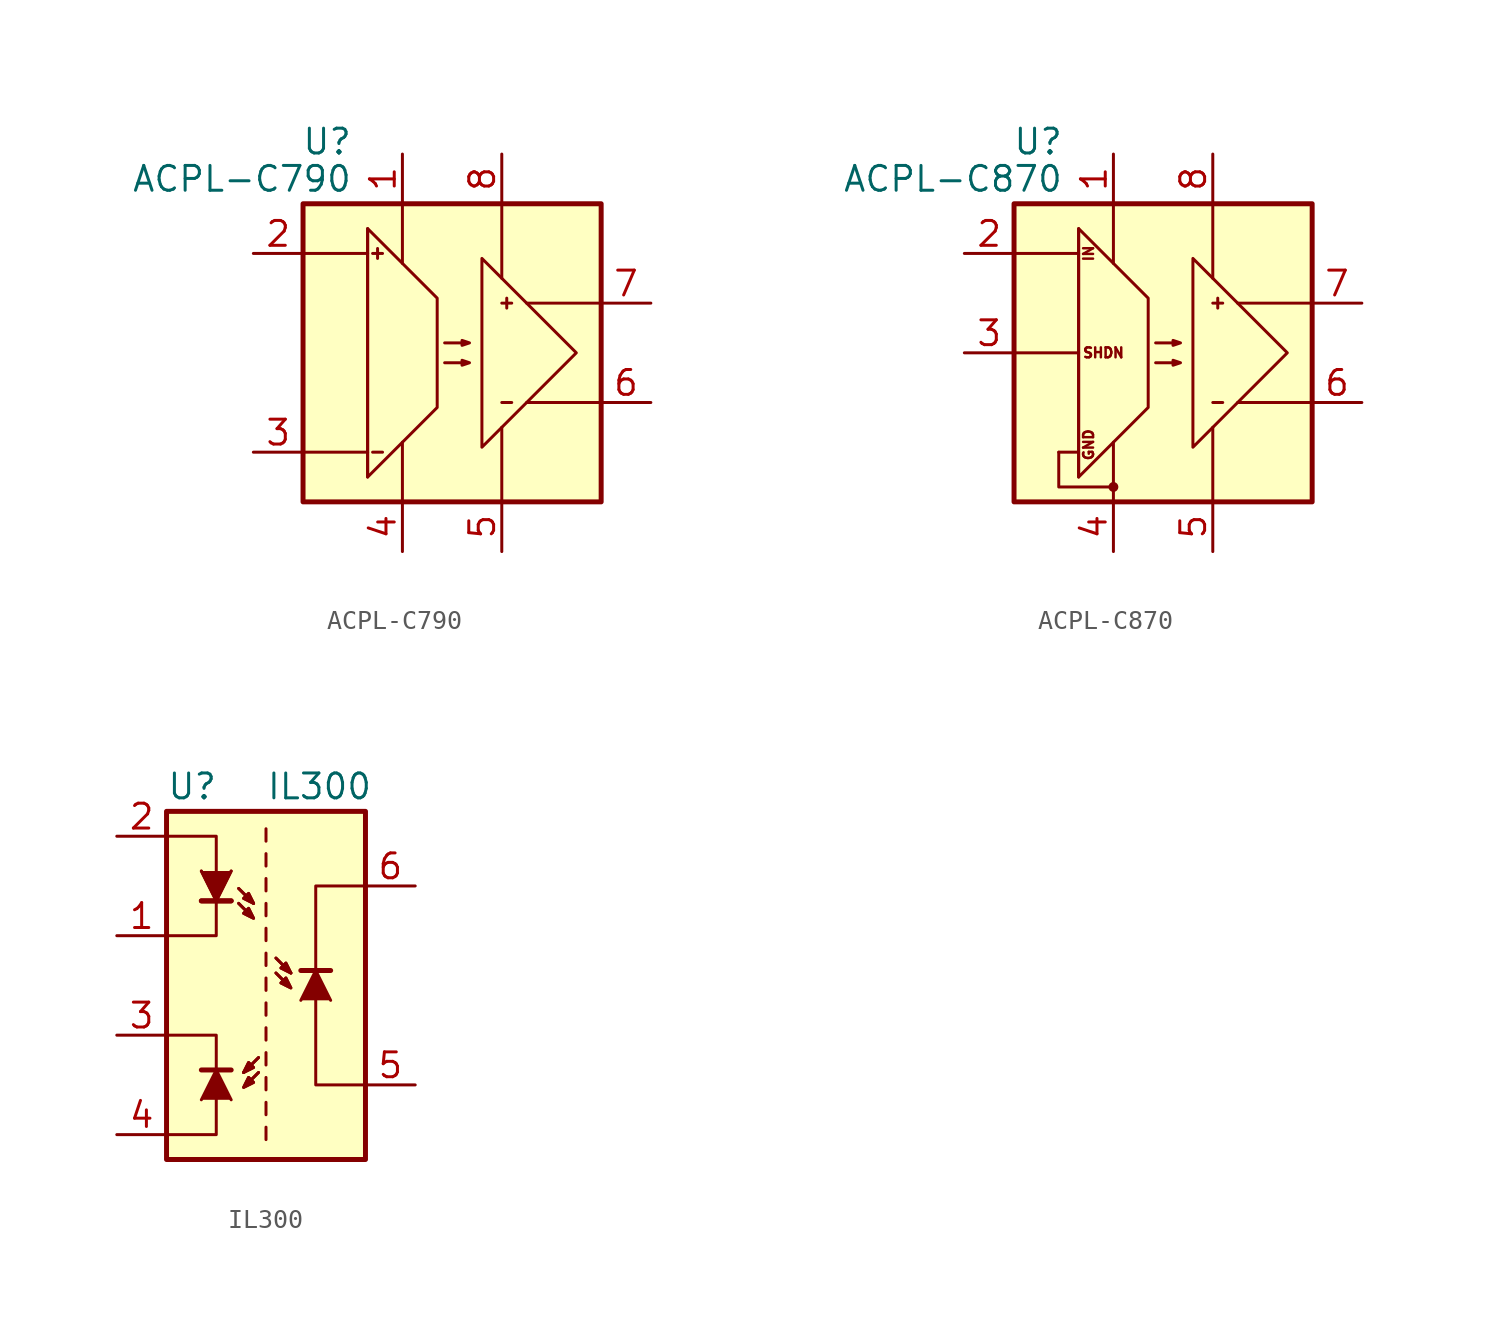
<source format=kicad_sym>
(kicad_symbol_lib
  (version 20201005)
  (generator kicad_symbol_editor)
  (symbol "Isolator_Analog:ACPL-C790"
    (pin_names
      (offset 0) hide)
    (property "Reference" "U"
      (at -5.08 10.795 0)
      (effects (font (size 1.27 1.27)) (justify right)))
    (property "Value" "ACPL-C790"
      (at -5.08 8.89 0)
      (effects (font (size 1.27 1.27)) (justify right)))
    (symbol "ACPL-C790_0_1"
      (rectangle (start -7.62 7.62) (end 7.62 -7.62) (stroke (width 0.254)) (fill (type background)))
      (polyline (pts (xy -7.62 -5.08) (xy -4.318 -5.08)) (stroke (width 0)) (fill (type none)))
      (polyline (pts (xy -7.62 5.08) (xy -4.318 5.08)) (stroke (width 0)) (fill (type none)))
      (polyline (pts (xy -4.318 6.35) (xy -4.318 -6.35)) (stroke (width 0)) (fill (type none)))
      (polyline (pts (xy -4.064 -5.08) (xy -3.556 -5.08)) (stroke (width 0)) (fill (type none)))
      (polyline (pts (xy -4.064 5.08) (xy -3.556 5.08)) (stroke (width 0)) (fill (type none)))
      (polyline (pts (xy -3.81 5.334) (xy -3.81 4.826)) (stroke (width 0)) (fill (type none)))
      (polyline (pts (xy -2.54 -7.62) (xy -2.54 -4.572)) (stroke (width 0)) (fill (type none)))
      (polyline (pts (xy -2.54 7.62) (xy -2.54 4.572)) (stroke (width 0)) (fill (type none)))
      (polyline (pts (xy 2.54 -7.62) (xy 2.54 -3.81)) (stroke (width 0)) (fill (type none)))
      (polyline (pts (xy 2.54 7.62) (xy 2.54 3.81)) (stroke (width 0)) (fill (type none)))
      (polyline (pts (xy 2.794 2.794) (xy 2.794 2.286)) (stroke (width 0)) (fill (type none)))
      (polyline (pts (xy 3.048 -2.54) (xy 2.54 -2.54)) (stroke (width 0)) (fill (type none)))
      (polyline (pts (xy 3.048 2.54) (xy 2.54 2.54)) (stroke (width 0)) (fill (type none)))
      (polyline (pts (xy 7.62 -2.54) (xy 3.81 -2.54)) (stroke (width 0)) (fill (type none)))
      (polyline (pts (xy 7.62 2.54) (xy 3.81 2.54)) (stroke (width 0)) (fill (type none)))
      (polyline (pts (xy 6.35 0) (xy 1.524 -4.826) (xy 1.524 4.826) (xy 6.35 0)) (stroke (width 0)) (fill (type none)))
      (polyline (pts (xy -4.318 -6.35) (xy -0.762 -2.794) (xy -0.762 2.794) (xy -4.318 6.35) (xy -4.318 -6.35)) (stroke (width 0)) (fill (type none)))
      (polyline (pts (xy -0.381 -0.508) (xy 0.889 -0.508) (xy 0.508 -0.635) (xy 0.508 -0.381) (xy 0.889 -0.508)) (stroke (width 0)) (fill (type none)))
      (polyline (pts (xy -0.381 0.508) (xy 0.889 0.508) (xy 0.508 0.381) (xy 0.508 0.635) (xy 0.889 0.508)) (stroke (width 0)) (fill (type none))))
    (symbol "ACPL-C790_1_1"
      (pin power_in line (at -2.54 10.16 270) (length 2.54) (name "VDD1" (effects (font (size 1.27 1.27)))) (number "1" (effects (font (size 1.27 1.27)))))
      (pin input line (at -10.16 5.08 0) (length 2.54) (name "IN+" (effects (font (size 1.27 1.27)))) (number "2" (effects (font (size 1.27 1.27)))))
      (pin input line (at -10.16 -5.08 0) (length 2.54) (name "IN-" (effects (font (size 1.27 1.27)))) (number "3" (effects (font (size 1.27 1.27)))))
      (pin power_in line (at -2.54 -10.16 90) (length 2.54) (name "GND1" (effects (font (size 1.27 1.27)))) (number "4" (effects (font (size 1.27 1.27)))))
      (pin power_in line (at 2.54 -10.16 90) (length 2.54) (name "GND2" (effects (font (size 1.27 1.27)))) (number "5" (effects (font (size 1.27 1.27)))))
      (pin output line (at 10.16 -2.54 180) (length 2.54) (name "OUT-" (effects (font (size 1.27 1.27)))) (number "6" (effects (font (size 1.27 1.27)))))
      (pin output line (at 10.16 2.54 180) (length 2.54) (name "OUT+" (effects (font (size 1.27 1.27)))) (number "7" (effects (font (size 1.27 1.27)))))
      (pin power_in line (at 2.54 10.16 270) (length 2.54) (name "VDD2" (effects (font (size 1.27 1.27)))) (number "8" (effects (font (size 1.27 1.27)))))))
  (symbol "Isolator_Analog:ACPL-C870"
    (pin_names
      (offset 0) hide)
    (property "Reference" "U"
      (at -5.08 10.795 0)
      (effects (font (size 1.27 1.27)) (justify right)))
    (property "Value" "ACPL-C870"
      (at -5.08 8.89 0)
      (effects (font (size 1.27 1.27)) (justify right)))
    (symbol "ACPL-C870_0_0"
      (circle (center -2.54 -6.858) (radius 0.178) (stroke (width 0)) (fill (type outline)))
      (text "GND" (at -3.81 -4.699 900) (effects (font (size 0.508 0.508))))
      (text "IN" (at -3.81 5.08 900) (effects (font (size 0.508 0.508))))
      (text "SHDN" (at -3.048 0 0) (effects (font (size 0.508 0.508))))
      (polyline (pts (xy -7.62 0) (xy -4.318 0)) (stroke (width 0)) (fill (type none)))
      (polyline (pts (xy -4.318 -5.08) (xy -5.334 -5.08)) (stroke (width 0)) (fill (type none)))
      (polyline (pts (xy -5.334 -5.08) (xy -5.334 -6.858) (xy -2.54 -6.858)) (stroke (width 0)) (fill (type none))))
    (symbol "ACPL-C870_0_1"
      (rectangle (start -7.62 7.62) (end 7.62 -7.62) (stroke (width 0.254)) (fill (type background)))
      (polyline (pts (xy -7.62 5.08) (xy -4.318 5.08)) (stroke (width 0)) (fill (type none)))
      (polyline (pts (xy -4.318 6.35) (xy -4.318 -6.35)) (stroke (width 0)) (fill (type none)))
      (polyline (pts (xy -2.54 -7.62) (xy -2.54 -4.572)) (stroke (width 0)) (fill (type none)))
      (polyline (pts (xy -2.54 7.62) (xy -2.54 4.572)) (stroke (width 0)) (fill (type none)))
      (polyline (pts (xy 2.54 -7.62) (xy 2.54 -3.81)) (stroke (width 0)) (fill (type none)))
      (polyline (pts (xy 2.54 7.62) (xy 2.54 3.81)) (stroke (width 0)) (fill (type none)))
      (polyline (pts (xy 2.794 2.794) (xy 2.794 2.286)) (stroke (width 0)) (fill (type none)))
      (polyline (pts (xy 3.048 -2.54) (xy 2.54 -2.54)) (stroke (width 0)) (fill (type none)))
      (polyline (pts (xy 3.048 2.54) (xy 2.54 2.54)) (stroke (width 0)) (fill (type none)))
      (polyline (pts (xy 7.62 -2.54) (xy 3.81 -2.54)) (stroke (width 0)) (fill (type none)))
      (polyline (pts (xy 7.62 2.54) (xy 3.81 2.54)) (stroke (width 0)) (fill (type none)))
      (polyline (pts (xy 6.35 0) (xy 1.524 -4.826) (xy 1.524 4.826) (xy 6.35 0)) (stroke (width 0)) (fill (type none)))
      (polyline (pts (xy -4.318 -6.35) (xy -0.762 -2.794) (xy -0.762 2.794) (xy -4.318 6.35) (xy -4.318 -6.35)) (stroke (width 0)) (fill (type none)))
      (polyline (pts (xy -0.381 -0.508) (xy 0.889 -0.508) (xy 0.508 -0.635) (xy 0.508 -0.381) (xy 0.889 -0.508)) (stroke (width 0)) (fill (type none)))
      (polyline (pts (xy -0.381 0.508) (xy 0.889 0.508) (xy 0.508 0.381) (xy 0.508 0.635) (xy 0.889 0.508)) (stroke (width 0)) (fill (type none))))
    (symbol "ACPL-C870_1_1"
      (pin power_in line (at -2.54 10.16 270) (length 2.54) (name "VDD1" (effects (font (size 1.27 1.27)))) (number "1" (effects (font (size 1.27 1.27)))))
      (pin input line (at -10.16 5.08 0) (length 2.54) (name "IN" (effects (font (size 1.27 1.27)))) (number "2" (effects (font (size 1.27 1.27)))))
      (pin input line (at -10.16 0 0) (length 2.54) (name "IN-" (effects (font (size 1.27 1.27)))) (number "3" (effects (font (size 1.27 1.27)))))
      (pin power_in line (at -2.54 -10.16 90) (length 2.54) (name "GND1" (effects (font (size 1.27 1.27)))) (number "4" (effects (font (size 1.27 1.27)))))
      (pin power_in line (at 2.54 -10.16 90) (length 2.54) (name "GND2" (effects (font (size 1.27 1.27)))) (number "5" (effects (font (size 1.27 1.27)))))
      (pin output line (at 10.16 -2.54 180) (length 2.54) (name "OUT-" (effects (font (size 1.27 1.27)))) (number "6" (effects (font (size 1.27 1.27)))))
      (pin output line (at 10.16 2.54 180) (length 2.54) (name "OUT+" (effects (font (size 1.27 1.27)))) (number "7" (effects (font (size 1.27 1.27)))))
      (pin power_in line (at 2.54 10.16 270) (length 2.54) (name "VDD2" (effects (font (size 1.27 1.27)))) (number "8" (effects (font (size 1.27 1.27)))))))
  (symbol "Isolator_Analog:IL300"
    (pin_names
      (offset 1.016))
    (property "Reference" "U"
      (at -5.08 10.16 0)
      (effects (font (size 1.27 1.27)) (justify left)))
    (property "Value" "IL300"
      (at 0 10.16 0)
      (effects (font (size 1.27 1.27)) (justify left)))
    (symbol "IL300_0_1"
      (rectangle (start -5.08 8.89) (end 5.08 -8.89) (stroke (width 0.254)) (fill (type background)))
      (polyline (pts (xy -3.302 -4.318) (xy -1.778 -4.318)) (stroke (width 0.254)) (fill (type none)))
      (polyline (pts (xy -1.778 4.318) (xy -3.302 4.318)) (stroke (width 0.254)) (fill (type none)))
      (polyline (pts (xy -1.778 4.318) (xy -3.302 4.318)) (stroke (width 0.254)) (fill (type none)))
      (polyline (pts (xy 0 -7.239) (xy 0 -7.874)) (stroke (width 0)) (fill (type none)))
      (polyline (pts (xy 0 -5.969) (xy 0 -6.604)) (stroke (width 0)) (fill (type none)))
      (polyline (pts (xy 0 -4.699) (xy 0 -5.334)) (stroke (width 0)) (fill (type none)))
      (polyline (pts (xy 0 -3.429) (xy 0 -4.064)) (stroke (width 0)) (fill (type none)))
      (polyline (pts (xy 0 -2.159) (xy 0 -2.794)) (stroke (width 0)) (fill (type none)))
      (polyline (pts (xy 0 -0.889) (xy 0 -1.524)) (stroke (width 0)) (fill (type none)))
      (polyline (pts (xy 0 0.381) (xy 0 -0.254)) (stroke (width 0)) (fill (type none)))
      (polyline (pts (xy 0 1.651) (xy 0 1.016)) (stroke (width 0)) (fill (type none)))
      (polyline (pts (xy 0 2.921) (xy 0 2.286)) (stroke (width 0)) (fill (type none)))
      (polyline (pts (xy 0 4.191) (xy 0 3.556)) (stroke (width 0)) (fill (type none)))
      (polyline (pts (xy 0 5.461) (xy 0 4.826)) (stroke (width 0)) (fill (type none)))
      (polyline (pts (xy 0 6.731) (xy 0 6.096)) (stroke (width 0)) (fill (type none)))
      (polyline (pts (xy 0 8.001) (xy 0 7.366)) (stroke (width 0)) (fill (type none)))
      (polyline (pts (xy 1.778 0.762) (xy 3.302 0.762)) (stroke (width 0.254)) (fill (type none)))
      (polyline (pts (xy -3.302 -5.842) (xy -2.54 -4.318) (xy -1.778 -5.842)) (stroke (width 0)) (fill (type outline)))
      (polyline (pts (xy -1.778 5.842) (xy -2.54 4.318) (xy -3.302 5.842)) (stroke (width 0)) (fill (type outline)))
      (polyline (pts (xy -1.778 5.842) (xy -2.54 4.318) (xy -3.302 5.842)) (stroke (width 0)) (fill (type outline)))
      (polyline (pts (xy -1.397 4.953) (xy -0.635 4.191) (xy -0.635 4.191)) (stroke (width 0)) (fill (type none)))
      (polyline (pts (xy -1.397 4.953) (xy -0.635 4.191) (xy -0.635 4.191)) (stroke (width 0)) (fill (type none)))
      (polyline (pts (xy -0.381 -3.683) (xy -1.143 -4.445) (xy -1.143 -4.445)) (stroke (width 0)) (fill (type none)))
      (polyline (pts (xy -0.381 -3.683) (xy -1.143 -4.445) (xy -1.143 -4.445)) (stroke (width 0)) (fill (type none)))
      (polyline (pts (xy 0.508 1.397) (xy 1.27 0.635) (xy 1.27 0.635)) (stroke (width 0)) (fill (type none)))
      (polyline (pts (xy 0.508 1.397) (xy 1.27 0.635) (xy 1.27 0.635)) (stroke (width 0)) (fill (type none)))
      (polyline (pts (xy 1.778 -0.762) (xy 2.54 0.762) (xy 3.302 -0.762)) (stroke (width 0)) (fill (type outline)))
      (polyline (pts (xy -5.08 -2.54) (xy -2.54 -2.54) (xy -2.54 -7.62) (xy -5.08 -7.62)) (stroke (width 0)) (fill (type none)))
      (polyline (pts (xy -5.08 7.62) (xy -2.54 7.62) (xy -2.54 2.54) (xy -5.08 2.54)) (stroke (width 0)) (fill (type none)))
      (polyline (pts (xy 5.08 5.08) (xy 2.54 5.08) (xy 2.54 -5.08) (xy 5.08 -5.08)) (stroke (width 0)) (fill (type none)))
      (polyline (pts (xy -1.143 -4.445) (xy -0.889 -3.937) (xy -0.635 -4.191) (xy -1.143 -4.445) (xy -1.143 -4.445)) (stroke (width 0)) (fill (type none)))
      (polyline (pts (xy -1.143 -4.445) (xy -0.889 -3.937) (xy -0.635 -4.191) (xy -1.143 -4.445) (xy -1.143 -4.445)) (stroke (width 0)) (fill (type none)))
      (polyline (pts (xy -0.635 4.191) (xy -0.889 4.699) (xy -1.143 4.445) (xy -0.635 4.191) (xy -0.635 4.191)) (stroke (width 0)) (fill (type none)))
      (polyline (pts (xy -0.635 4.191) (xy -0.889 4.699) (xy -1.143 4.445) (xy -0.635 4.191) (xy -0.635 4.191)) (stroke (width 0)) (fill (type none)))
      (polyline (pts (xy 1.27 0.635) (xy 1.016 1.143) (xy 0.762 0.889) (xy 1.27 0.635) (xy 1.27 0.635)) (stroke (width 0)) (fill (type none)))
      (polyline (pts (xy 1.27 0.635) (xy 1.016 1.143) (xy 0.762 0.889) (xy 1.27 0.635) (xy 1.27 0.635)) (stroke (width 0)) (fill (type none)))
      (polyline (pts (xy -1.397 4.191) (xy -0.635 3.429) (xy -0.889 3.937) (xy -1.143 3.683) (xy -0.635 3.429) (xy -0.635 3.429)) (stroke (width 0)) (fill (type none)))
      (polyline (pts (xy -1.397 4.191) (xy -0.635 3.429) (xy -0.889 3.937) (xy -1.143 3.683) (xy -0.635 3.429) (xy -0.635 3.429)) (stroke (width 0)) (fill (type none)))
      (polyline (pts (xy -0.381 -4.445) (xy -1.143 -5.207) (xy -0.889 -4.699) (xy -0.635 -4.953) (xy -1.143 -5.207) (xy -1.143 -5.207)) (stroke (width 0)) (fill (type none)))
      (polyline (pts (xy -0.381 -4.445) (xy -1.143 -5.207) (xy -0.889 -4.699) (xy -0.635 -4.953) (xy -1.143 -5.207) (xy -1.143 -5.207)) (stroke (width 0)) (fill (type none)))
      (polyline (pts (xy 0.508 0.635) (xy 1.27 -0.127) (xy 1.016 0.381) (xy 0.762 0.127) (xy 1.27 -0.127) (xy 1.27 -0.127)) (stroke (width 0)) (fill (type none)))
      (polyline (pts (xy 0.508 0.635) (xy 1.27 -0.127) (xy 1.016 0.381) (xy 0.762 0.127) (xy 1.27 -0.127) (xy 1.27 -0.127)) (stroke (width 0)) (fill (type none))))
    (symbol "IL300_1_1"
      (pin passive line (at -7.62 2.54 0) (length 2.54) (name "~" (effects (font (size 1.27 1.27)))) (number "1" (effects (font (size 1.27 1.27)))))
      (pin passive line (at -7.62 7.62 0) (length 2.54) (name "~" (effects (font (size 1.27 1.27)))) (number "2" (effects (font (size 1.27 1.27)))))
      (pin passive line (at -7.62 -2.54 0) (length 2.54) (name "~" (effects (font (size 1.27 1.27)))) (number "3" (effects (font (size 1.27 1.27)))))
      (pin passive line (at -7.62 -7.62 0) (length 2.54) (name "~" (effects (font (size 1.27 1.27)))) (number "4" (effects (font (size 1.27 1.27)))))
      (pin passive line (at 7.62 -5.08 180) (length 2.54) (name "~" (effects (font (size 1.27 1.27)))) (number "5" (effects (font (size 1.27 1.27)))))
      (pin passive line (at 7.62 5.08 180) (length 2.54) (name "~" (effects (font (size 1.27 1.27)))) (number "6" (effects (font (size 1.27 1.27)))))
      (pin no_connect line (at 7.62 2.54 180) (length 2.54) hide (name "NC" (effects (font (size 1.27 1.27)))) (number "7" (effects (font (size 1.27 1.27)))))
      (pin no_connect line (at 7.62 0 180) (length 2.54) hide (name "NC" (effects (font (size 1.27 1.27)))) (number "8" (effects (font (size 1.27 1.27))))))))
</source>
